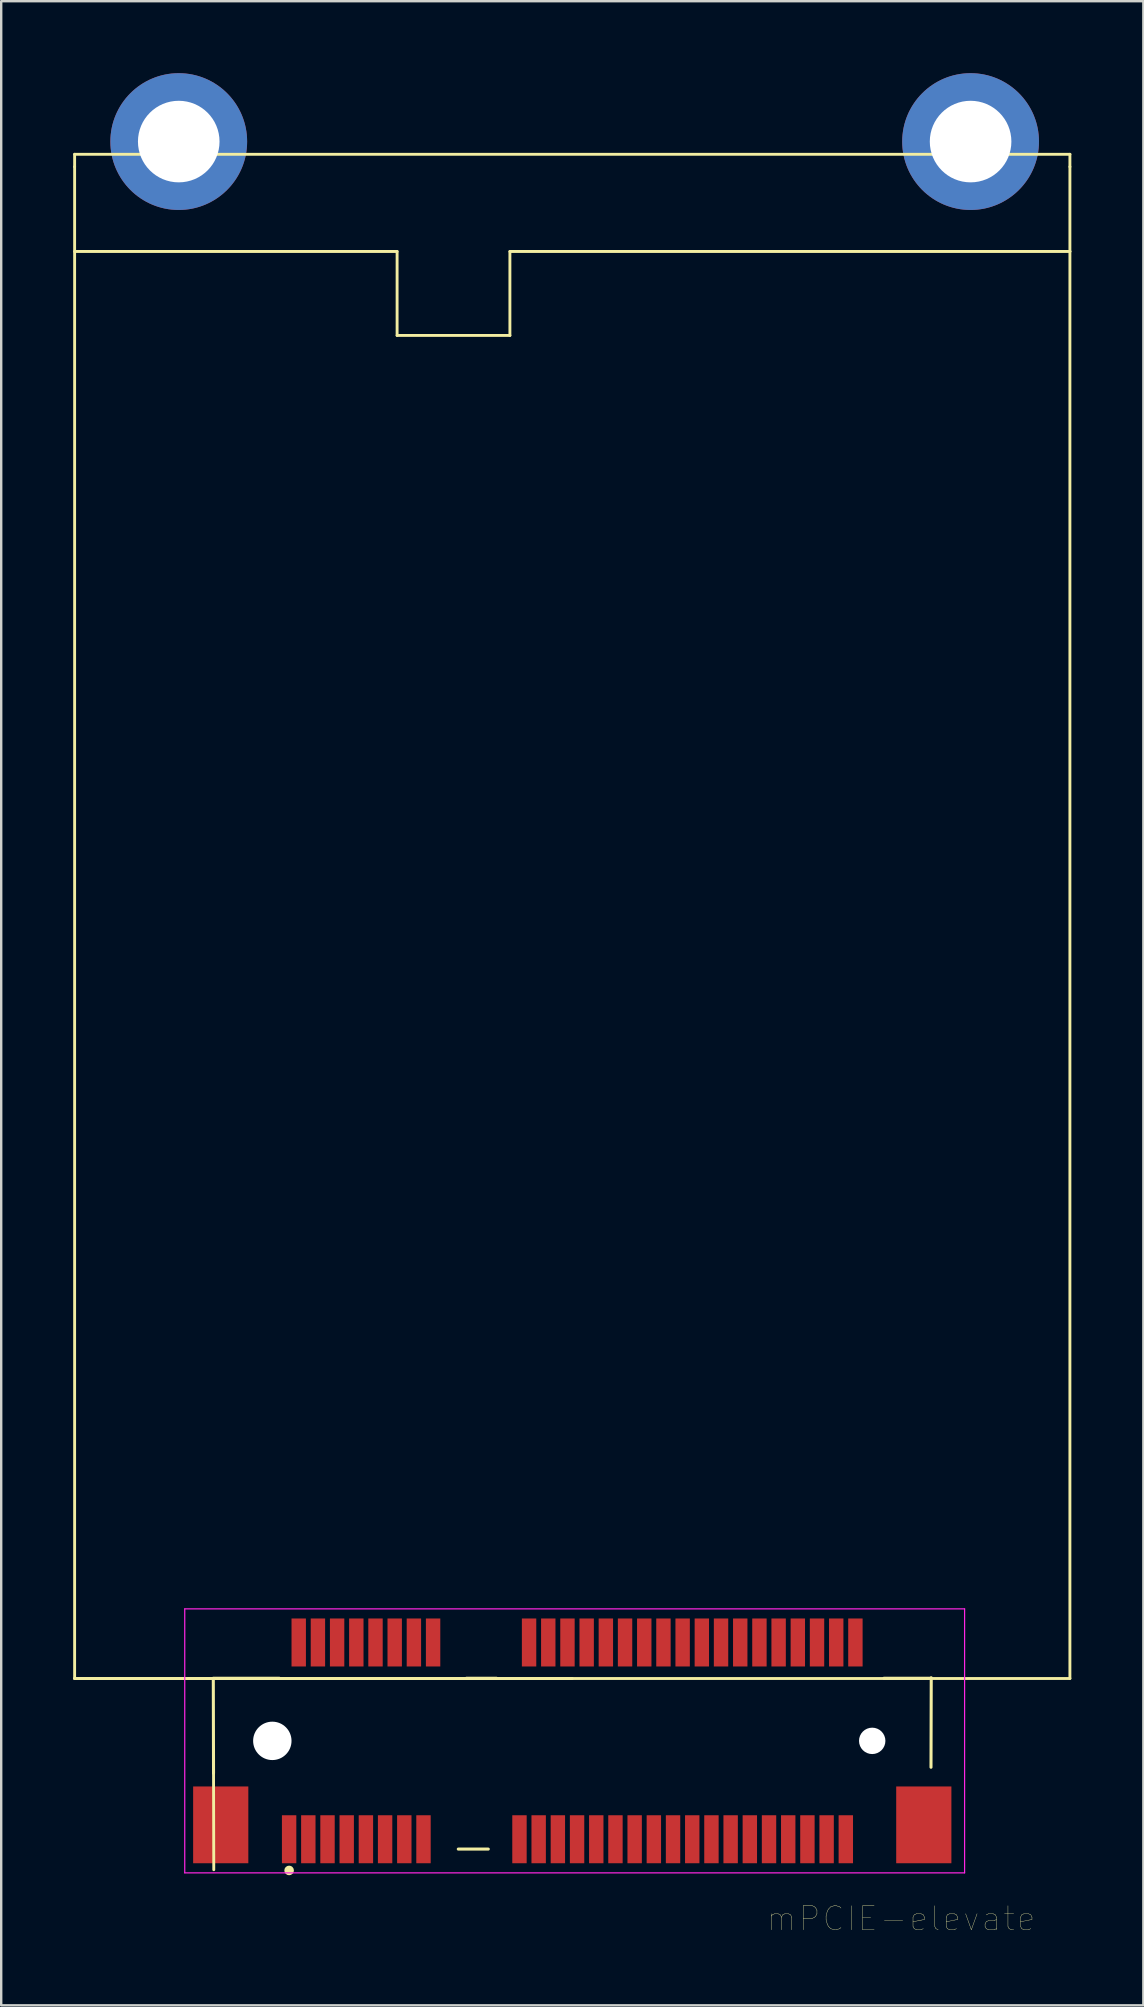
<source format=kicad_pcb>
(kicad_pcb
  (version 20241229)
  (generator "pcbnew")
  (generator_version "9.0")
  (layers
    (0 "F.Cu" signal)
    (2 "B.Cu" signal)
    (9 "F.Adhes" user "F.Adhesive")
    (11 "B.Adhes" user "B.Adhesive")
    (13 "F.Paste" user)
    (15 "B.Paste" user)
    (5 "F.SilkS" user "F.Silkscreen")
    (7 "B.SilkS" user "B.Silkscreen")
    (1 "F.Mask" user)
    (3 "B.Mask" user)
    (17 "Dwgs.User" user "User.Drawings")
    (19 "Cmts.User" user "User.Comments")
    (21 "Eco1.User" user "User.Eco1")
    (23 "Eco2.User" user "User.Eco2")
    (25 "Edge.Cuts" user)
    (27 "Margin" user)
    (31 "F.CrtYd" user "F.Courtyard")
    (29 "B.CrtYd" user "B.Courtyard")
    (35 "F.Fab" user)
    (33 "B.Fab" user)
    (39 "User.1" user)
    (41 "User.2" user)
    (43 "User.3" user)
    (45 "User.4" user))
  (footprint "mPCIE-elevate"
    (layer "F.Cu")
    (at 20.799 69.5)
    (property "Reference" "mPCIE-elevate" (at 13.7 7.41 0) (layer "F.SilkS") (effects (font (size 1.001 1.001) (thickness 0.015))))
    (attr through_hole)
    (fp_line (start -20.739 -66.12) (end 20.739 -66.12) (stroke (width 0.12) (type solid)) (layer "F.SilkS"))
    (fp_line (start -20.739 -65.6) (end -20.739 -66.12) (stroke (width 0.12) (type solid)) (layer "F.SilkS"))
    (fp_line (start -20.739 -2.6) (end -20.739 -65.6) (stroke (width 0.12) (type solid)) (layer "F.SilkS"))
    (fp_line (start -20.739 -2.6) (end 20.739 -2.6) (stroke (width 0.12) (type solid)) (layer "F.SilkS"))
    (fp_line (start -14.96 -2.61) (end -12.21 -2.61) (stroke (width 0.127) (type solid)) (layer "F.SilkS"))
    (fp_line (start -14.95 1.35) (end -14.96 -2.6) (stroke (width 0.127) (type solid)) (layer "F.SilkS"))
    (fp_line (start -14.95 1.35) (end -14.94 5.37) (stroke (width 0.12) (type solid)) (layer "F.SilkS"))
    (fp_line (start -7.3 -62.07) (end -20.739 -62.07) (stroke (width 0.12) (type solid)) (layer "F.SilkS"))
    (fp_line (start -7.3 -62.07) (end -7.3 -58.57) (stroke (width 0.12) (type solid)) (layer "F.SilkS"))
    (fp_line (start -7.3 -58.57) (end -2.599 -58.57) (stroke (width 0.12) (type solid)) (layer "F.SilkS"))
    (fp_line (start -4.75 4.51) (end -3.5 4.51) (stroke (width 0.127) (type solid)) (layer "F.SilkS"))
    (fp_line (start -4.41 -2.61) (end -3.16 -2.61) (stroke (width 0.127) (type solid)) (layer "F.SilkS"))
    (fp_line (start -2.599 -58.57) (end -2.599 -62.07) (stroke (width 0.12) (type solid)) (layer "F.SilkS"))
    (fp_line (start 0 -2.6) (end -20.739 -2.6) (stroke (width 0.12) (type solid)) (layer "F.SilkS"))
    (fp_line (start 12.99 -2.61) (end 14.94 -2.61) (stroke (width 0.127) (type solid)) (layer "F.SilkS"))
    (fp_line (start 14.96 -2.63) (end 14.95 1.1) (stroke (width 0.127) (type solid)) (layer "F.SilkS"))
    (fp_line (start 20.739 -65.6) (end 20.739 -66.12) (stroke (width 0.12) (type solid)) (layer "F.SilkS"))
    (fp_line (start 20.739 -62.07) (end -2.599 -62.07) (stroke (width 0.12) (type solid)) (layer "F.SilkS"))
    (fp_line (start 20.739 -62.07) (end 20.739 -62.07) (stroke (width 0.12) (type solid)) (layer "F.SilkS"))
    (fp_line (start 20.739 -2.6) (end 20.739 -65.6) (stroke (width 0.12) (type solid)) (layer "F.SilkS"))
    (fp_circle (center -11.8 5.4) (end -11.7 5.4) (stroke (width 0.2) (type solid)) (fill no) (layer "F.SilkS"))
    (fp_line (start -16.15 -5.5) (end -16.15 5.5) (stroke (width 0.05) (type solid)) (layer "F.CrtYd"))
    (fp_line (start -16.15 5.5) (end 16.35 5.5) (stroke (width 0.05) (type solid)) (layer "F.CrtYd"))
    (fp_line (start 16.35 -5.5) (end -16.15 -5.5) (stroke (width 0.05) (type solid)) (layer "F.CrtYd"))
    (fp_line (start 16.35 5.5) (end 16.35 -5.5) (stroke (width 0.05) (type solid)) (layer "F.CrtYd"))
    (pad "" np_thru_hole circle (at -12.5 0) (size 1.6 1.6) (drill 1.6) (layers "*.Cu" "*.Mask"))
    (pad "" np_thru_hole circle (at 12.5 0) (size 1.1 1.1) (drill 1.1) (layers "*.Cu" "*.Mask"))
    (pad "1" smd rect (at -11.8 4.1) (size 0.6 2) (layers "F.Cu" "F.Mask" "F.Paste"))
    (pad "2" smd rect (at -11.4 -4.1) (size 0.6 2) (layers "F.Cu" "F.Mask" "F.Paste"))
    (pad "3" smd rect (at -11 4.1) (size 0.6 2) (layers "F.Cu" "F.Mask" "F.Paste"))
    (pad "4" smd rect (at -10.6 -4.1) (size 0.6 2) (layers "F.Cu" "F.Mask" "F.Paste"))
    (pad "5" smd rect (at -10.2 4.1) (size 0.6 2) (layers "F.Cu" "F.Mask" "F.Paste"))
    (pad "6" smd rect (at -9.8 -4.1) (size 0.6 2) (layers "F.Cu" "F.Mask" "F.Paste"))
    (pad "7" smd rect (at -9.4 4.1) (size 0.6 2) (layers "F.Cu" "F.Mask" "F.Paste"))
    (pad "8" smd rect (at -9 -4.1) (size 0.6 2) (layers "F.Cu" "F.Mask" "F.Paste"))
    (pad "9" smd rect (at -8.6 4.1) (size 0.6 2) (layers "F.Cu" "F.Mask" "F.Paste"))
    (pad "10" smd rect (at -8.2 -4.1) (size 0.6 2) (layers "F.Cu" "F.Mask" "F.Paste"))
    (pad "11" smd rect (at -7.8 4.1) (size 0.6 2) (layers "F.Cu" "F.Mask" "F.Paste"))
    (pad "12" smd rect (at -7.4 -4.1) (size 0.6 2) (layers "F.Cu" "F.Mask" "F.Paste"))
    (pad "13" smd rect (at -7 4.1) (size 0.6 2) (layers "F.Cu" "F.Mask" "F.Paste"))
    (pad "14" smd rect (at -6.6 -4.1) (size 0.6 2) (layers "F.Cu" "F.Mask" "F.Paste"))
    (pad "15" smd rect (at -6.2 4.1) (size 0.6 2) (layers "F.Cu" "F.Mask" "F.Paste"))
    (pad "16" smd rect (at -5.8 -4.1) (size 0.6 2) (layers "F.Cu" "F.Mask" "F.Paste"))
    (pad "17" smd rect (at -2.2 4.1) (size 0.6 2) (layers "F.Cu" "F.Mask" "F.Paste"))
    (pad "18" smd rect (at -1.8 -4.1) (size 0.6 2) (layers "F.Cu" "F.Mask" "F.Paste"))
    (pad "19" smd rect (at -1.4 4.1) (size 0.6 2) (layers "F.Cu" "F.Mask" "F.Paste"))
    (pad "20" smd rect (at -1 -4.1) (size 0.6 2) (layers "F.Cu" "F.Mask" "F.Paste"))
    (pad "21" smd rect (at -0.6 4.1) (size 0.6 2) (layers "F.Cu" "F.Mask" "F.Paste"))
    (pad "22" smd rect (at -0.2 -4.1) (size 0.6 2) (layers "F.Cu" "F.Mask" "F.Paste"))
    (pad "23" smd rect (at 0.2 4.1) (size 0.6 2) (layers "F.Cu" "F.Mask" "F.Paste"))
    (pad "24" smd rect (at 0.6 -4.1) (size 0.6 2) (layers "F.Cu" "F.Mask" "F.Paste"))
    (pad "25" smd rect (at 1 4.1) (size 0.6 2) (layers "F.Cu" "F.Mask" "F.Paste"))
    (pad "26" smd rect (at 1.4 -4.1) (size 0.6 2) (layers "F.Cu" "F.Mask" "F.Paste"))
    (pad "27" smd rect (at 1.8 4.1) (size 0.6 2) (layers "F.Cu" "F.Mask" "F.Paste"))
    (pad "28" smd rect (at 2.2 -4.1) (size 0.6 2) (layers "F.Cu" "F.Mask" "F.Paste"))
    (pad "29" smd rect (at 2.6 4.1) (size 0.6 2) (layers "F.Cu" "F.Mask" "F.Paste"))
    (pad "30" smd rect (at 3 -4.1) (size 0.6 2) (layers "F.Cu" "F.Mask" "F.Paste"))
    (pad "31" smd rect (at 3.4 4.1) (size 0.6 2) (layers "F.Cu" "F.Mask" "F.Paste"))
    (pad "32" smd rect (at 3.8 -4.1) (size 0.6 2) (layers "F.Cu" "F.Mask" "F.Paste"))
    (pad "33" smd rect (at 4.2 4.1) (size 0.6 2) (layers "F.Cu" "F.Mask" "F.Paste"))
    (pad "34" smd rect (at 4.6 -4.1) (size 0.6 2) (layers "F.Cu" "F.Mask" "F.Paste"))
    (pad "35" smd rect (at 5 4.1) (size 0.6 2) (layers "F.Cu" "F.Mask" "F.Paste"))
    (pad "36" smd rect (at 5.4 -4.1) (size 0.6 2) (layers "F.Cu" "F.Mask" "F.Paste"))
    (pad "37" smd rect (at 5.8 4.1) (size 0.6 2) (layers "F.Cu" "F.Mask" "F.Paste"))
    (pad "38" smd rect (at 6.2 -4.1) (size 0.6 2) (layers "F.Cu" "F.Mask" "F.Paste"))
    (pad "39" smd rect (at 6.6 4.1) (size 0.6 2) (layers "F.Cu" "F.Mask" "F.Paste"))
    (pad "40" smd rect (at 7 -4.1) (size 0.6 2) (layers "F.Cu" "F.Mask" "F.Paste"))
    (pad "41" smd rect (at 7.4 4.1) (size 0.6 2) (layers "F.Cu" "F.Mask" "F.Paste"))
    (pad "42" smd rect (at 7.8 -4.1) (size 0.6 2) (layers "F.Cu" "F.Mask" "F.Paste"))
    (pad "43" smd rect (at 8.2 4.1) (size 0.6 2) (layers "F.Cu" "F.Mask" "F.Paste"))
    (pad "44" smd rect (at 8.6 -4.1) (size 0.6 2) (layers "F.Cu" "F.Mask" "F.Paste"))
    (pad "45" smd rect (at 9 4.1) (size 0.6 2) (layers "F.Cu" "F.Mask" "F.Paste"))
    (pad "46" smd rect (at 9.4 -4.1) (size 0.6 2) (layers "F.Cu" "F.Mask" "F.Paste"))
    (pad "47" smd rect (at 9.8 4.1) (size 0.6 2) (layers "F.Cu" "F.Mask" "F.Paste"))
    (pad "48" smd rect (at 10.2 -4.1) (size 0.6 2) (layers "F.Cu" "F.Mask" "F.Paste"))
    (pad "49" smd rect (at 10.6 4.1) (size 0.6 2) (layers "F.Cu" "F.Mask" "F.Paste"))
    (pad "50" smd rect (at 11 -4.1) (size 0.6 2) (layers "F.Cu" "F.Mask" "F.Paste"))
    (pad "51" smd rect (at 11.4 4.1) (size 0.6 2) (layers "F.Cu" "F.Mask" "F.Paste"))
    (pad "52" smd rect (at 11.8 -4.1) (size 0.6 2) (layers "F.Cu" "F.Mask" "F.Paste"))
    (pad "S1" smd rect (at -14.65 3.5) (size 2.3 3.2) (layers "F.Cu" "F.Mask" "F.Paste"))
    (pad "S2" smd rect (at 14.65 3.5) (size 2.3 3.2) (layers "F.Cu" "F.Mask" "F.Paste"))
    (pad "~" thru_hole circle (at -16.4 -66.65) (size 5.7 5.7) (drill 3.4) (layers "*.Cu" "*.Mask"))
    (pad "~" thru_hole circle (at 16.6 -66.65) (size 5.7 5.7) (drill 3.4) (layers "*.Cu" "*.Mask")))
  (gr_rect
    (start -3 -3)
    (end 44.599 80.522)
    (stroke (width 0.1) (type default))
    (fill no)
    (layer "Edge.Cuts")))
</source>
